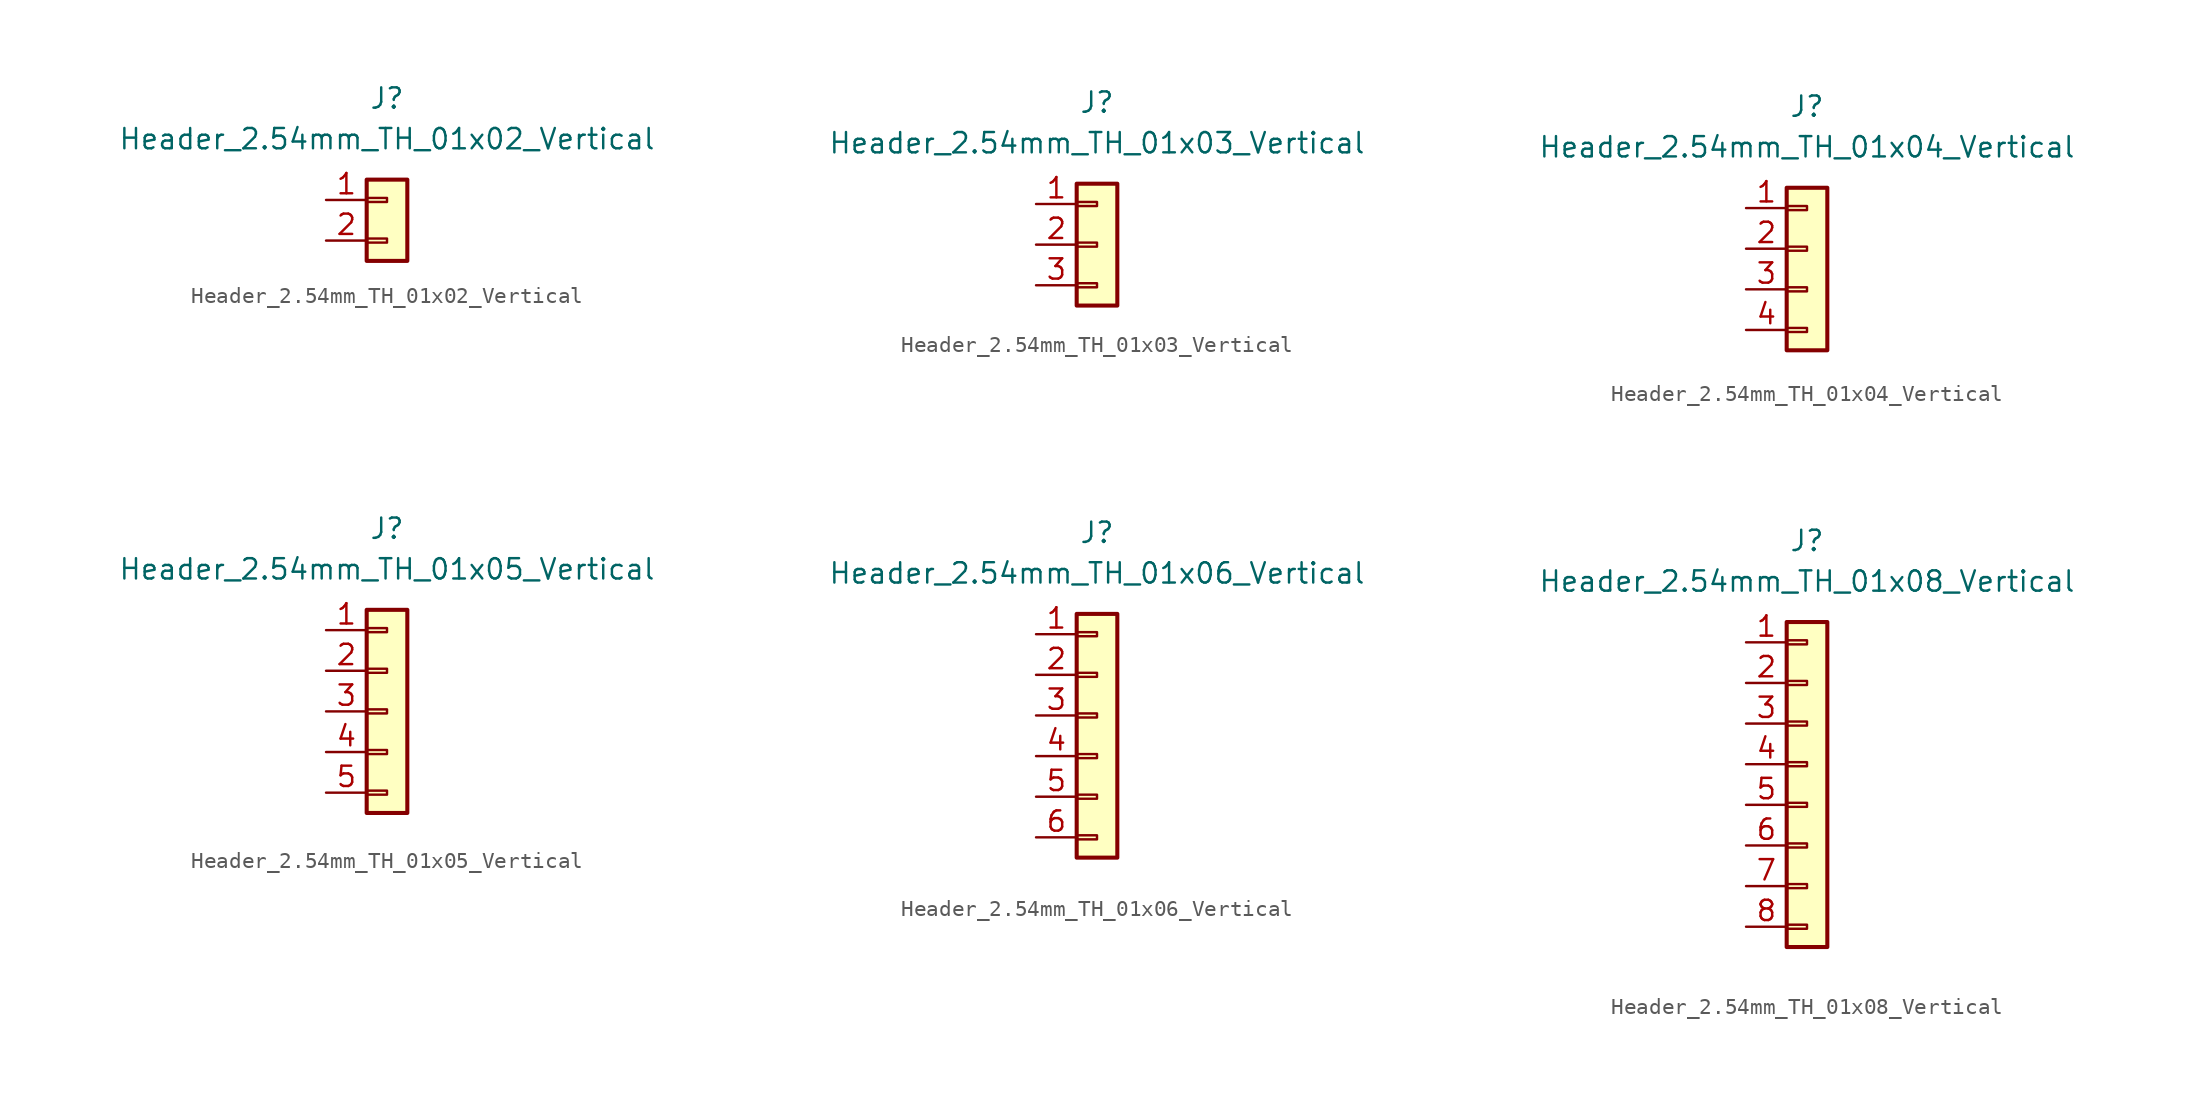
<source format=kicad_sym>
(kicad_symbol_lib
  (version 20211014)
  (generator kicad_symbol_editor)
  (symbol "Header_2.54mm_TH_01x02_Vertical"
    (pin_names
      (offset 1.27) hide)
    (property "Reference" "J"
      (at 0 7.62 0)
      (effects (font (size 1.27 1.27))))
    (property "Value" "Header_2.54mm_TH_01x02_Vertical"
      (at 0 5.08 0)
      (effects (font (size 1.27 1.27))))
    (symbol "Header_2.54mm_TH_01x02_Vertical_1_1"
      (rectangle (start -1.27 -1.143) (end 0 -1.397) (stroke (width 0.152) (type default) (color 0 0 0 0)) (fill (type none)))
      (rectangle (start -1.27 1.397) (end 0 1.143) (stroke (width 0.152) (type default) (color 0 0 0 0)) (fill (type none)))
      (rectangle (start -1.27 2.54) (end 1.27 -2.54) (stroke (width 0.254) (type default) (color 0 0 0 0)) (fill (type background)))
      (pin passive line (at -3.81 1.27 0) (length 2.54) (name "Pin_1" (effects (font (size 1.27 1.27)))) (number "1" (effects (font (size 1.27 1.27)))))
      (pin passive line (at -3.81 -1.27 0) (length 2.54) (name "Pin_2" (effects (font (size 1.27 1.27)))) (number "2" (effects (font (size 1.27 1.27)))))))
  (symbol "Header_2.54mm_TH_01x03_Vertical"
    (pin_names
      (offset 1.27) hide)
    (property "Reference" "J"
      (at 0 8.89 0)
      (effects (font (size 1.27 1.27))))
    (property "Value" "Header_2.54mm_TH_01x03_Vertical"
      (at 0 6.35 0)
      (effects (font (size 1.27 1.27))))
    (symbol "Header_2.54mm_TH_01x03_Vertical_1_1"
      (rectangle (start -1.27 -2.413) (end 0 -2.667) (stroke (width 0.152) (type default) (color 0 0 0 0)) (fill (type none)))
      (rectangle (start -1.27 0.127) (end 0 -0.127) (stroke (width 0.152) (type default) (color 0 0 0 0)) (fill (type none)))
      (rectangle (start -1.27 2.667) (end 0 2.413) (stroke (width 0.152) (type default) (color 0 0 0 0)) (fill (type none)))
      (rectangle (start -1.27 3.81) (end 1.27 -3.81) (stroke (width 0.254) (type default) (color 0 0 0 0)) (fill (type background)))
      (pin passive line (at -3.81 2.54 0) (length 2.54) (name "Pin_1" (effects (font (size 1.27 1.27)))) (number "1" (effects (font (size 1.27 1.27)))))
      (pin passive line (at -3.81 0 0) (length 2.54) (name "Pin_2" (effects (font (size 1.27 1.27)))) (number "2" (effects (font (size 1.27 1.27)))))
      (pin passive line (at -3.81 -2.54 0) (length 2.54) (name "Pin_3" (effects (font (size 1.27 1.27)))) (number "3" (effects (font (size 1.27 1.27)))))))
  (symbol "Header_2.54mm_TH_01x04_Vertical"
    (pin_names
      (offset 1.27) hide)
    (property "Reference" "J"
      (at 0 10.16 0)
      (effects (font (size 1.27 1.27))))
    (property "Value" "Header_2.54mm_TH_01x04_Vertical"
      (at 0 7.62 0)
      (effects (font (size 1.27 1.27))))
    (symbol "Header_2.54mm_TH_01x04_Vertical_1_1"
      (rectangle (start -1.27 -3.683) (end 0 -3.937) (stroke (width 0.152) (type default) (color 0 0 0 0)) (fill (type none)))
      (rectangle (start -1.27 -1.143) (end 0 -1.397) (stroke (width 0.152) (type default) (color 0 0 0 0)) (fill (type none)))
      (rectangle (start -1.27 1.397) (end 0 1.143) (stroke (width 0.152) (type default) (color 0 0 0 0)) (fill (type none)))
      (rectangle (start -1.27 3.937) (end 0 3.683) (stroke (width 0.152) (type default) (color 0 0 0 0)) (fill (type none)))
      (rectangle (start -1.27 5.08) (end 1.27 -5.08) (stroke (width 0.254) (type default) (color 0 0 0 0)) (fill (type background)))
      (pin passive line (at -3.81 3.81 0) (length 2.54) (name "Pin_1" (effects (font (size 1.27 1.27)))) (number "1" (effects (font (size 1.27 1.27)))))
      (pin passive line (at -3.81 1.27 0) (length 2.54) (name "Pin_2" (effects (font (size 1.27 1.27)))) (number "2" (effects (font (size 1.27 1.27)))))
      (pin passive line (at -3.81 -1.27 0) (length 2.54) (name "Pin_3" (effects (font (size 1.27 1.27)))) (number "3" (effects (font (size 1.27 1.27)))))
      (pin passive line (at -3.81 -3.81 0) (length 2.54) (name "Pin_4" (effects (font (size 1.27 1.27)))) (number "4" (effects (font (size 1.27 1.27)))))))
  (symbol "Header_2.54mm_TH_01x05_Vertical"
    (pin_names
      (offset 1.27) hide)
    (property "Reference" "J"
      (at 0 11.43 0)
      (effects (font (size 1.27 1.27))))
    (property "Value" "Header_2.54mm_TH_01x05_Vertical"
      (at 0 8.89 0)
      (effects (font (size 1.27 1.27))))
    (symbol "Header_2.54mm_TH_01x05_Vertical_1_1"
      (rectangle (start -1.27 -4.953) (end 0 -5.207) (stroke (width 0.152) (type default) (color 0 0 0 0)) (fill (type none)))
      (rectangle (start -1.27 -2.413) (end 0 -2.667) (stroke (width 0.152) (type default) (color 0 0 0 0)) (fill (type none)))
      (rectangle (start -1.27 0.127) (end 0 -0.127) (stroke (width 0.152) (type default) (color 0 0 0 0)) (fill (type none)))
      (rectangle (start -1.27 2.667) (end 0 2.413) (stroke (width 0.152) (type default) (color 0 0 0 0)) (fill (type none)))
      (rectangle (start -1.27 5.207) (end 0 4.953) (stroke (width 0.152) (type default) (color 0 0 0 0)) (fill (type none)))
      (rectangle (start -1.27 6.35) (end 1.27 -6.35) (stroke (width 0.254) (type default) (color 0 0 0 0)) (fill (type background)))
      (pin passive line (at -3.81 5.08 0) (length 2.54) (name "Pin_1" (effects (font (size 1.27 1.27)))) (number "1" (effects (font (size 1.27 1.27)))))
      (pin passive line (at -3.81 2.54 0) (length 2.54) (name "Pin_2" (effects (font (size 1.27 1.27)))) (number "2" (effects (font (size 1.27 1.27)))))
      (pin passive line (at -3.81 0 0) (length 2.54) (name "Pin_3" (effects (font (size 1.27 1.27)))) (number "3" (effects (font (size 1.27 1.27)))))
      (pin passive line (at -3.81 -2.54 0) (length 2.54) (name "Pin_4" (effects (font (size 1.27 1.27)))) (number "4" (effects (font (size 1.27 1.27)))))
      (pin passive line (at -3.81 -5.08 0) (length 2.54) (name "Pin_5" (effects (font (size 1.27 1.27)))) (number "5" (effects (font (size 1.27 1.27)))))))
  (symbol "Header_2.54mm_TH_01x06_Vertical"
    (pin_names
      (offset 1.27) hide)
    (property "Reference" "J"
      (at 0 12.7 0)
      (effects (font (size 1.27 1.27))))
    (property "Value" "Header_2.54mm_TH_01x06_Vertical"
      (at 0 10.16 0)
      (effects (font (size 1.27 1.27))))
    (symbol "Header_2.54mm_TH_01x06_Vertical_1_1"
      (rectangle (start -1.27 -6.223) (end 0 -6.477) (stroke (width 0.152) (type default) (color 0 0 0 0)) (fill (type none)))
      (rectangle (start -1.27 -3.683) (end 0 -3.937) (stroke (width 0.152) (type default) (color 0 0 0 0)) (fill (type none)))
      (rectangle (start -1.27 -1.143) (end 0 -1.397) (stroke (width 0.152) (type default) (color 0 0 0 0)) (fill (type none)))
      (rectangle (start -1.27 1.397) (end 0 1.143) (stroke (width 0.152) (type default) (color 0 0 0 0)) (fill (type none)))
      (rectangle (start -1.27 3.937) (end 0 3.683) (stroke (width 0.152) (type default) (color 0 0 0 0)) (fill (type none)))
      (rectangle (start -1.27 6.477) (end 0 6.223) (stroke (width 0.152) (type default) (color 0 0 0 0)) (fill (type none)))
      (rectangle (start -1.27 7.62) (end 1.27 -7.62) (stroke (width 0.254) (type default) (color 0 0 0 0)) (fill (type background)))
      (pin passive line (at -3.81 6.35 0) (length 2.54) (name "Pin_1" (effects (font (size 1.27 1.27)))) (number "1" (effects (font (size 1.27 1.27)))))
      (pin passive line (at -3.81 3.81 0) (length 2.54) (name "Pin_2" (effects (font (size 1.27 1.27)))) (number "2" (effects (font (size 1.27 1.27)))))
      (pin passive line (at -3.81 1.27 0) (length 2.54) (name "Pin_3" (effects (font (size 1.27 1.27)))) (number "3" (effects (font (size 1.27 1.27)))))
      (pin passive line (at -3.81 -1.27 0) (length 2.54) (name "Pin_4" (effects (font (size 1.27 1.27)))) (number "4" (effects (font (size 1.27 1.27)))))
      (pin passive line (at -3.81 -3.81 0) (length 2.54) (name "Pin_5" (effects (font (size 1.27 1.27)))) (number "5" (effects (font (size 1.27 1.27)))))
      (pin passive line (at -3.81 -6.35 0) (length 2.54) (name "Pin_6" (effects (font (size 1.27 1.27)))) (number "6" (effects (font (size 1.27 1.27)))))))
  (symbol "Header_2.54mm_TH_01x08_Vertical"
    (pin_names
      (offset 1.27) hide)
    (property "Reference" "J"
      (at 0 15.24 0)
      (effects (font (size 1.27 1.27))))
    (property "Value" "Header_2.54mm_TH_01x08_Vertical"
      (at 0 12.7 0)
      (effects (font (size 1.27 1.27))))
    (symbol "Header_2.54mm_TH_01x08_Vertical_1_1"
      (rectangle (start -1.27 -8.763) (end 0 -9.017) (stroke (width 0.152) (type default) (color 0 0 0 0)) (fill (type none)))
      (rectangle (start -1.27 -6.223) (end 0 -6.477) (stroke (width 0.152) (type default) (color 0 0 0 0)) (fill (type none)))
      (rectangle (start -1.27 -3.683) (end 0 -3.937) (stroke (width 0.152) (type default) (color 0 0 0 0)) (fill (type none)))
      (rectangle (start -1.27 -1.143) (end 0 -1.397) (stroke (width 0.152) (type default) (color 0 0 0 0)) (fill (type none)))
      (rectangle (start -1.27 1.397) (end 0 1.143) (stroke (width 0.152) (type default) (color 0 0 0 0)) (fill (type none)))
      (rectangle (start -1.27 3.937) (end 0 3.683) (stroke (width 0.152) (type default) (color 0 0 0 0)) (fill (type none)))
      (rectangle (start -1.27 6.477) (end 0 6.223) (stroke (width 0.152) (type default) (color 0 0 0 0)) (fill (type none)))
      (rectangle (start -1.27 9.017) (end 0 8.763) (stroke (width 0.152) (type default) (color 0 0 0 0)) (fill (type none)))
      (rectangle (start -1.27 10.16) (end 1.27 -10.16) (stroke (width 0.254) (type default) (color 0 0 0 0)) (fill (type background)))
      (pin passive line (at -3.81 8.89 0) (length 2.54) (name "Pin_1" (effects (font (size 1.27 1.27)))) (number "1" (effects (font (size 1.27 1.27)))))
      (pin passive line (at -3.81 6.35 0) (length 2.54) (name "Pin_2" (effects (font (size 1.27 1.27)))) (number "2" (effects (font (size 1.27 1.27)))))
      (pin passive line (at -3.81 3.81 0) (length 2.54) (name "Pin_3" (effects (font (size 1.27 1.27)))) (number "3" (effects (font (size 1.27 1.27)))))
      (pin passive line (at -3.81 1.27 0) (length 2.54) (name "Pin_4" (effects (font (size 1.27 1.27)))) (number "4" (effects (font (size 1.27 1.27)))))
      (pin passive line (at -3.81 -1.27 0) (length 2.54) (name "Pin_5" (effects (font (size 1.27 1.27)))) (number "5" (effects (font (size 1.27 1.27)))))
      (pin passive line (at -3.81 -3.81 0) (length 2.54) (name "Pin_6" (effects (font (size 1.27 1.27)))) (number "6" (effects (font (size 1.27 1.27)))))
      (pin passive line (at -3.81 -6.35 0) (length 2.54) (name "Pin_7" (effects (font (size 1.27 1.27)))) (number "7" (effects (font (size 1.27 1.27)))))
      (pin passive line (at -3.81 -8.89 0) (length 2.54) (name "Pin_8" (effects (font (size 1.27 1.27)))) (number "8" (effects (font (size 1.27 1.27))))))))
</source>
